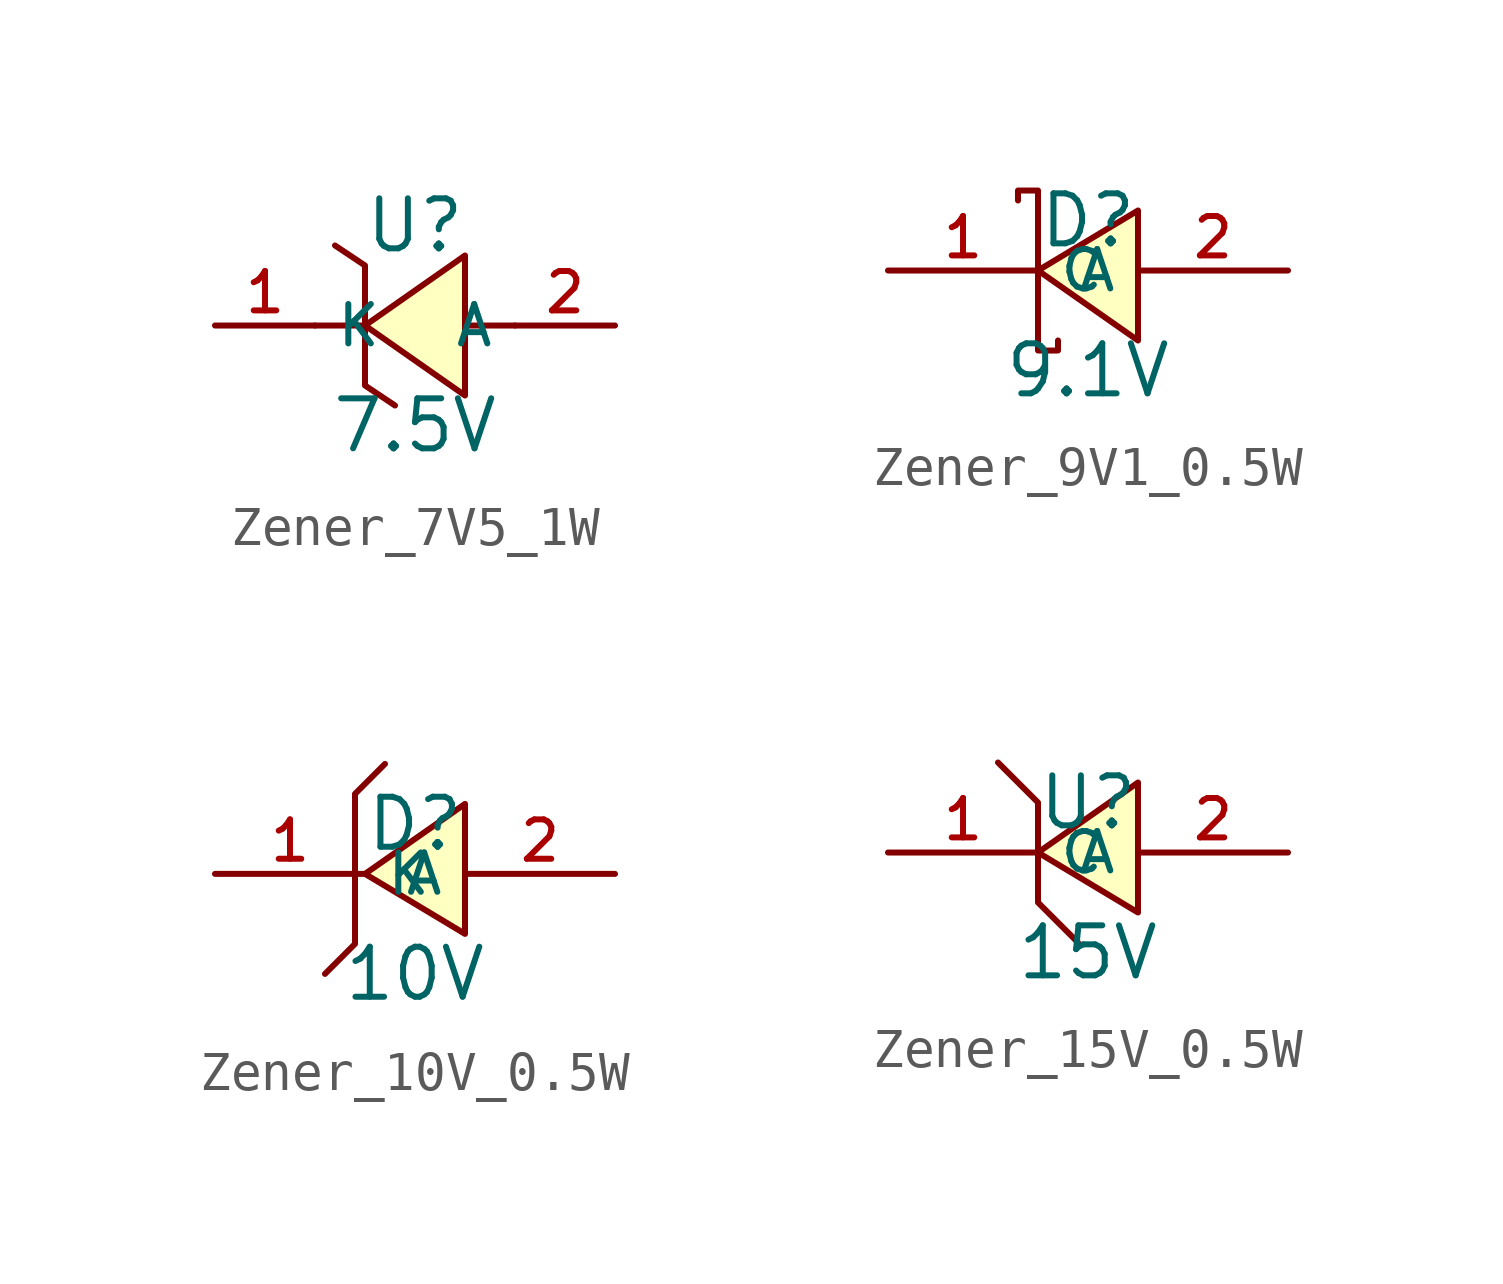
<source format=kicad_sym>
(kicad_symbol_lib
  (version 20231120)
  (generator "kicad_symbol_editor")
  (generator_version "8.0")
  (symbol "Zener_7V5_1W"
    (property "Reference" "U"
      (at 0 2.54 0)
      (effects (font (size 1.27 1.27))))
    (property "Value" "7.5V"
      (at 0 -2.54 0)
      (effects (font (size 1.27 1.27))))
    (symbol "Zener_7V5_1W_0_1"
      (polyline (pts (xy -1.27 0) (xy -2.54 0)) (stroke (width 0) (type default)) (fill (type none)))
      (polyline (pts (xy 2.54 0) (xy 1.27 0)) (stroke (width 0) (type default)) (fill (type none)))
      (polyline (pts (xy -2.032 2.032) (xy -1.27 1.524) (xy -1.27 -1.524) (xy -0.508 -2.032)) (stroke (width 0) (type default)) (fill (type none)))
      (polyline (pts (xy 1.27 1.778) (xy -1.27 0) (xy 1.27 -1.778) (xy 1.27 1.778)) (stroke (width 0) (type default)) (fill (type background)))
      (pin unspecified line (at -5.08 0 0) (length 2.54) (name "K" (effects (font (size 1 1)))) (number "1" (effects (font (size 1 1)))))
      (pin unspecified line (at 5.08 0 180) (length 2.54) (name "A" (effects (font (size 1 1)))) (number "2" (effects (font (size 1 1)))))))
  (symbol "Zener_9V1_0.5W"
    (property "Reference" "D"
      (at 0 1.27 0)
      (effects (font (size 1.27 1.27))))
    (property "Value" "9.1V"
      (at 0 -2.54 0)
      (effects (font (size 1.27 1.27))))
    (symbol "Zener_9V1_0.5W_0_1"
      (polyline (pts (xy 1.27 1.524) (xy -1.27 0) (xy 1.27 -1.778) (xy 1.27 1.524)) (stroke (width 0) (type default)) (fill (type background)))
      (polyline (pts (xy -1.778 1.778) (xy -1.778 2.032) (xy -1.27 2.032) (xy -1.27 -2.032) (xy -0.762 -2.032) (xy -0.762 -1.778)) (stroke (width 0) (type default)) (fill (type none)))
      (pin unspecified line (at -5.08 0 0) (length 3.81) (name "C" (effects (font (size 1 1)))) (number "1" (effects (font (size 1 1)))))
      (pin unspecified line (at 5.08 0 180) (length 3.81) (name "A" (effects (font (size 1 1)))) (number "2" (effects (font (size 1 1)))))))
  (symbol "Zener_10V_0.5W"
    (property "Reference" "D"
      (at 0 1.27 0)
      (effects (font (size 1.27 1.27))))
    (property "Value" "10V"
      (at 0 -2.54 0)
      (effects (font (size 1.27 1.27))))
    (symbol "Zener_10V_0.5W_0_1"
      (polyline (pts (xy 1.27 -1.524) (xy -1.27 0) (xy 1.27 1.778) (xy 1.27 -1.524)) (stroke (width 0) (type default)) (fill (type background)))
      (polyline (pts (xy -2.286 -2.54) (xy -1.524 -1.778) (xy -1.524 -1.778) (xy -1.524 2.032) (xy -1.524 2.032) (xy -0.762 2.794)) (stroke (width 0) (type default)) (fill (type none)))
      (pin unspecified line (at -5.08 0 0) (length 3.81) (name "K" (effects (font (size 1 1)))) (number "1" (effects (font (size 1 1)))))
      (pin unspecified line (at 5.08 0 180) (length 3.81) (name "A" (effects (font (size 1 1)))) (number "2" (effects (font (size 1 1)))))))
  (symbol "Zener_15V_0.5W"
    (property "Reference" "U"
      (at 0 1.27 0)
      (effects (font (size 1.27 1.27))))
    (property "Value" "15V"
      (at 0 -2.54 0)
      (effects (font (size 1.27 1.27))))
    (symbol "Zener_15V_0.5W_0_1"
      (polyline (pts (xy -2.286 2.286) (xy -1.27 1.27) (xy -1.27 -1.27) (xy -0.254 -2.286)) (stroke (width 0) (type default)) (fill (type none)))
      (polyline (pts (xy 1.27 -1.524) (xy -1.27 0) (xy 1.27 1.778) (xy 1.27 -1.524)) (stroke (width 0) (type default)) (fill (type background)))
      (pin unspecified line (at -5.08 0 0) (length 3.81) (name "C" (effects (font (size 1 1)))) (number "1" (effects (font (size 1 1)))))
      (pin unspecified line (at 5.08 0 180) (length 3.81) (name "A" (effects (font (size 1 1)))) (number "2" (effects (font (size 1 1))))))))
</source>
